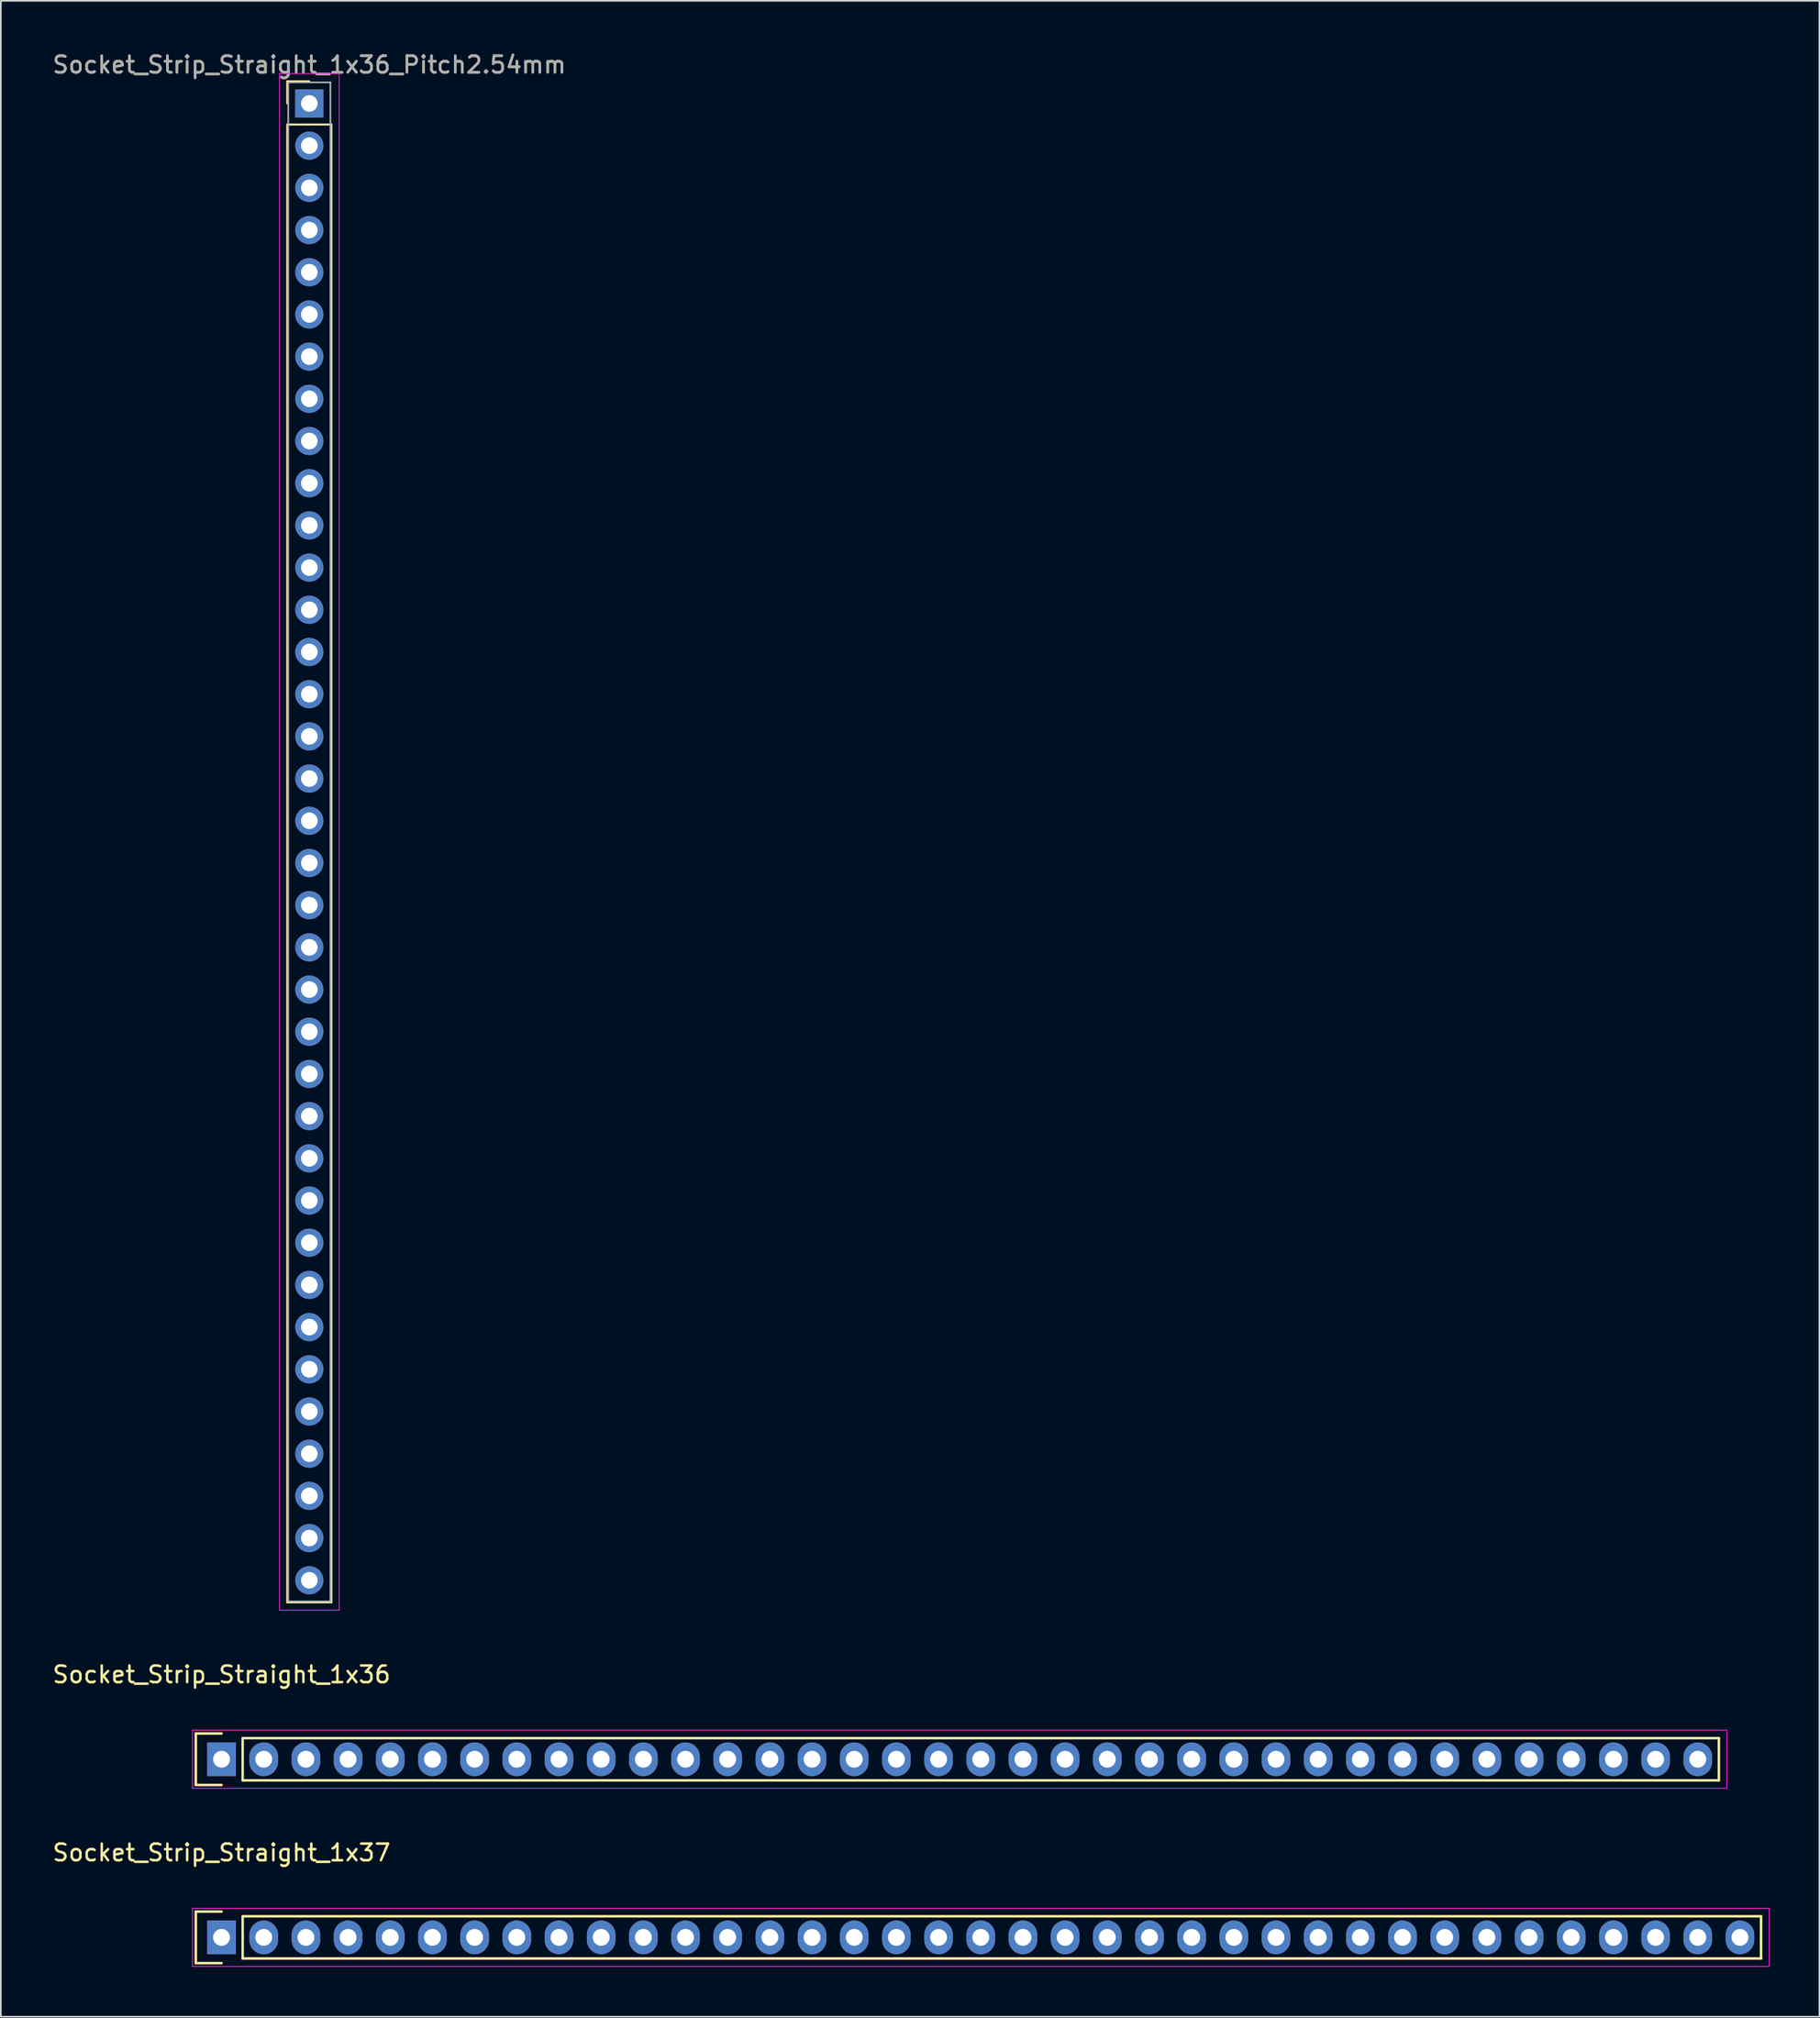
<source format=kicad_pcb>
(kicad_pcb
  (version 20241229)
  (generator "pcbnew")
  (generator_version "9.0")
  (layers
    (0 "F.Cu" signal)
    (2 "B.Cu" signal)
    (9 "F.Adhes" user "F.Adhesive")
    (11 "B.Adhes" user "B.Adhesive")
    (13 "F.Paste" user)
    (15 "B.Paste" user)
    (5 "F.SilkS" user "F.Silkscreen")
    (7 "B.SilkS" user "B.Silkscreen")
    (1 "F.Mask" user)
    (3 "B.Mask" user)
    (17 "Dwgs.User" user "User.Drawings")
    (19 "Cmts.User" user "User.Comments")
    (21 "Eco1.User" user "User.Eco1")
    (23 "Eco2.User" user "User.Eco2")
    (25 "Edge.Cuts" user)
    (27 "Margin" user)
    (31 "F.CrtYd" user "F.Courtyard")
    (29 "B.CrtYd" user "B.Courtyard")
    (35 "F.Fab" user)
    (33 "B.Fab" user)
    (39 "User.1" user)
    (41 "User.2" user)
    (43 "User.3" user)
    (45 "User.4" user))
  (footprint "Socket_Strip_Straight_1x36"
    (layer "F.Cu")
    (at 10.292 102.852)
    (property "Reference" "Socket_Strip_Straight_1x36" (at 0 -5.1 0) (layer "F.SilkS") (effects (font (size 1 1) (thickness 0.15))))
    (attr through_hole)
    (fp_line (start -1.55 -1.55) (end -1.55 1.55) (stroke (width 0.15) (type solid)) (layer "F.SilkS"))
    (fp_line (start -1.55 1.55) (end 0 1.55) (stroke (width 0.15) (type solid)) (layer "F.SilkS"))
    (fp_line (start 0 -1.55) (end -1.55 -1.55) (stroke (width 0.15) (type solid)) (layer "F.SilkS"))
    (fp_line (start 1.27 -1.27) (end 90.17 -1.27) (stroke (width 0.15) (type solid)) (layer "F.SilkS"))
    (fp_line (start 1.27 1.27) (end 1.27 -1.27) (stroke (width 0.15) (type solid)) (layer "F.SilkS"))
    (fp_line (start 90.17 -1.27) (end 90.17 1.27) (stroke (width 0.15) (type solid)) (layer "F.SilkS"))
    (fp_line (start 90.17 1.27) (end 1.27 1.27) (stroke (width 0.15) (type solid)) (layer "F.SilkS"))
    (fp_line (start -1.75 -1.75) (end -1.75 1.75) (stroke (width 0.05) (type solid)) (layer "F.CrtYd"))
    (fp_line (start -1.75 -1.75) (end 90.65 -1.75) (stroke (width 0.05) (type solid)) (layer "F.CrtYd"))
    (fp_line (start -1.75 1.75) (end 90.65 1.75) (stroke (width 0.05) (type solid)) (layer "F.CrtYd"))
    (fp_line (start 90.65 -1.75) (end 90.65 1.75) (stroke (width 0.05) (type solid)) (layer "F.CrtYd"))
    (pad "1" thru_hole rect (at 0 0) (size 1.727 2.032) (drill 1.016) (layers "*.Cu" "*.Mask"))
    (pad "2" thru_hole oval (at 2.54 0) (size 1.727 2.032) (drill 1.016) (layers "*.Cu" "*.Mask"))
    (pad "3" thru_hole oval (at 5.08 0) (size 1.727 2.032) (drill 1.016) (layers "*.Cu" "*.Mask"))
    (pad "4" thru_hole oval (at 7.62 0) (size 1.727 2.032) (drill 1.016) (layers "*.Cu" "*.Mask"))
    (pad "5" thru_hole oval (at 10.16 0) (size 1.727 2.032) (drill 1.016) (layers "*.Cu" "*.Mask"))
    (pad "6" thru_hole oval (at 12.7 0) (size 1.727 2.032) (drill 1.016) (layers "*.Cu" "*.Mask"))
    (pad "7" thru_hole oval (at 15.24 0) (size 1.727 2.032) (drill 1.016) (layers "*.Cu" "*.Mask"))
    (pad "8" thru_hole oval (at 17.78 0) (size 1.727 2.032) (drill 1.016) (layers "*.Cu" "*.Mask"))
    (pad "9" thru_hole oval (at 20.32 0) (size 1.727 2.032) (drill 1.016) (layers "*.Cu" "*.Mask"))
    (pad "10" thru_hole oval (at 22.86 0) (size 1.727 2.032) (drill 1.016) (layers "*.Cu" "*.Mask"))
    (pad "11" thru_hole oval (at 25.4 0) (size 1.727 2.032) (drill 1.016) (layers "*.Cu" "*.Mask"))
    (pad "12" thru_hole oval (at 27.94 0) (size 1.727 2.032) (drill 1.016) (layers "*.Cu" "*.Mask"))
    (pad "13" thru_hole oval (at 30.48 0) (size 1.727 2.032) (drill 1.016) (layers "*.Cu" "*.Mask"))
    (pad "14" thru_hole oval (at 33.02 0) (size 1.727 2.032) (drill 1.016) (layers "*.Cu" "*.Mask"))
    (pad "15" thru_hole oval (at 35.56 0) (size 1.727 2.032) (drill 1.016) (layers "*.Cu" "*.Mask"))
    (pad "16" thru_hole oval (at 38.1 0) (size 1.727 2.032) (drill 1.016) (layers "*.Cu" "*.Mask"))
    (pad "17" thru_hole oval (at 40.64 0) (size 1.727 2.032) (drill 1.016) (layers "*.Cu" "*.Mask"))
    (pad "18" thru_hole oval (at 43.18 0) (size 1.727 2.032) (drill 1.016) (layers "*.Cu" "*.Mask"))
    (pad "19" thru_hole oval (at 45.72 0) (size 1.727 2.032) (drill 1.016) (layers "*.Cu" "*.Mask"))
    (pad "20" thru_hole oval (at 48.26 0) (size 1.727 2.032) (drill 1.016) (layers "*.Cu" "*.Mask"))
    (pad "21" thru_hole oval (at 50.8 0) (size 1.727 2.032) (drill 1.016) (layers "*.Cu" "*.Mask"))
    (pad "22" thru_hole oval (at 53.34 0) (size 1.727 2.032) (drill 1.016) (layers "*.Cu" "*.Mask"))
    (pad "23" thru_hole oval (at 55.88 0) (size 1.727 2.032) (drill 1.016) (layers "*.Cu" "*.Mask"))
    (pad "24" thru_hole oval (at 58.42 0) (size 1.727 2.032) (drill 1.016) (layers "*.Cu" "*.Mask"))
    (pad "25" thru_hole oval (at 60.96 0) (size 1.727 2.032) (drill 1.016) (layers "*.Cu" "*.Mask"))
    (pad "26" thru_hole oval (at 63.5 0) (size 1.727 2.032) (drill 1.016) (layers "*.Cu" "*.Mask"))
    (pad "27" thru_hole oval (at 66.04 0) (size 1.727 2.032) (drill 1.016) (layers "*.Cu" "*.Mask"))
    (pad "28" thru_hole oval (at 68.58 0) (size 1.727 2.032) (drill 1.016) (layers "*.Cu" "*.Mask"))
    (pad "29" thru_hole oval (at 71.12 0) (size 1.727 2.032) (drill 1.016) (layers "*.Cu" "*.Mask"))
    (pad "30" thru_hole oval (at 73.66 0) (size 1.727 2.032) (drill 1.016) (layers "*.Cu" "*.Mask"))
    (pad "31" thru_hole oval (at 76.2 0) (size 1.727 2.032) (drill 1.016) (layers "*.Cu" "*.Mask"))
    (pad "32" thru_hole oval (at 78.74 0) (size 1.727 2.032) (drill 1.016) (layers "*.Cu" "*.Mask"))
    (pad "33" thru_hole oval (at 81.28 0) (size 1.727 2.032) (drill 1.016) (layers "*.Cu" "*.Mask"))
    (pad "34" thru_hole oval (at 83.82 0) (size 1.727 2.032) (drill 1.016) (layers "*.Cu" "*.Mask"))
    (pad "35" thru_hole oval (at 86.36 0) (size 1.727 2.032) (drill 1.016) (layers "*.Cu" "*.Mask"))
    (pad "36" thru_hole oval (at 88.9 0) (size 1.727 2.032) (drill 1.016) (layers "*.Cu" "*.Mask")))
  (footprint "Socket_Strip_Straight_1x36_Pitch2.54mm"
    (layer "F.Cu")
    (at 15.577 3.178)
    (property "Reference" "Socket_Strip_Straight_1x36_Pitch2.54mm" (at 0 -2.33 0) (layer "F.SilkS") (effects (font (size 1 1) (thickness 0.15))))
    (attr through_hole)
    (fp_line (start -1.33 -1.33) (end 0 -1.33) (stroke (width 0.12) (type solid)) (layer "F.SilkS"))
    (fp_line (start -1.33 0) (end -1.33 -1.33) (stroke (width 0.12) (type solid)) (layer "F.SilkS"))
    (fp_line (start -1.33 1.27) (end -1.33 90.23) (stroke (width 0.12) (type solid)) (layer "F.SilkS"))
    (fp_line (start -1.33 90.23) (end 1.33 90.23) (stroke (width 0.12) (type solid)) (layer "F.SilkS"))
    (fp_line (start 1.33 1.27) (end -1.33 1.27) (stroke (width 0.12) (type solid)) (layer "F.SilkS"))
    (fp_line (start 1.33 90.23) (end 1.33 1.27) (stroke (width 0.12) (type solid)) (layer "F.SilkS"))
    (fp_line (start -1.8 -1.8) (end -1.8 90.7) (stroke (width 0.05) (type solid)) (layer "F.CrtYd"))
    (fp_line (start -1.8 90.7) (end 1.8 90.7) (stroke (width 0.05) (type solid)) (layer "F.CrtYd"))
    (fp_line (start 1.8 -1.8) (end -1.8 -1.8) (stroke (width 0.05) (type solid)) (layer "F.CrtYd"))
    (fp_line (start 1.8 90.7) (end 1.8 -1.8) (stroke (width 0.05) (type solid)) (layer "F.CrtYd"))
    (fp_line (start -1.27 -1.27) (end -1.27 90.17) (stroke (width 0.1) (type solid)) (layer "F.Fab"))
    (fp_line (start -1.27 90.17) (end 1.27 90.17) (stroke (width 0.1) (type solid)) (layer "F.Fab"))
    (fp_line (start 1.27 -1.27) (end -1.27 -1.27) (stroke (width 0.1) (type solid)) (layer "F.Fab"))
    (fp_line (start 1.27 90.17) (end 1.27 -1.27) (stroke (width 0.1) (type solid)) (layer "F.Fab"))
    (fp_text user "${REFERENCE}" (at 0 -2.33 0) (layer "F.Fab") (effects (font (size 1 1) (thickness 0.15))))
    (pad "1" thru_hole rect (at 0 0) (size 1.7 1.7) (drill 1) (layers "*.Cu" "*.Mask"))
    (pad "2" thru_hole oval (at 0 2.54) (size 1.7 1.7) (drill 1) (layers "*.Cu" "*.Mask"))
    (pad "3" thru_hole oval (at 0 5.08) (size 1.7 1.7) (drill 1) (layers "*.Cu" "*.Mask"))
    (pad "4" thru_hole oval (at 0 7.62) (size 1.7 1.7) (drill 1) (layers "*.Cu" "*.Mask"))
    (pad "5" thru_hole oval (at 0 10.16) (size 1.7 1.7) (drill 1) (layers "*.Cu" "*.Mask"))
    (pad "6" thru_hole oval (at 0 12.7) (size 1.7 1.7) (drill 1) (layers "*.Cu" "*.Mask"))
    (pad "7" thru_hole oval (at 0 15.24) (size 1.7 1.7) (drill 1) (layers "*.Cu" "*.Mask"))
    (pad "8" thru_hole oval (at 0 17.78) (size 1.7 1.7) (drill 1) (layers "*.Cu" "*.Mask"))
    (pad "9" thru_hole oval (at 0 20.32) (size 1.7 1.7) (drill 1) (layers "*.Cu" "*.Mask"))
    (pad "10" thru_hole oval (at 0 22.86) (size 1.7 1.7) (drill 1) (layers "*.Cu" "*.Mask"))
    (pad "11" thru_hole oval (at 0 25.4) (size 1.7 1.7) (drill 1) (layers "*.Cu" "*.Mask"))
    (pad "12" thru_hole oval (at 0 27.94) (size 1.7 1.7) (drill 1) (layers "*.Cu" "*.Mask"))
    (pad "13" thru_hole oval (at 0 30.48) (size 1.7 1.7) (drill 1) (layers "*.Cu" "*.Mask"))
    (pad "14" thru_hole oval (at 0 33.02) (size 1.7 1.7) (drill 1) (layers "*.Cu" "*.Mask"))
    (pad "15" thru_hole oval (at 0 35.56) (size 1.7 1.7) (drill 1) (layers "*.Cu" "*.Mask"))
    (pad "16" thru_hole oval (at 0 38.1) (size 1.7 1.7) (drill 1) (layers "*.Cu" "*.Mask"))
    (pad "17" thru_hole oval (at 0 40.64) (size 1.7 1.7) (drill 1) (layers "*.Cu" "*.Mask"))
    (pad "18" thru_hole oval (at 0 43.18) (size 1.7 1.7) (drill 1) (layers "*.Cu" "*.Mask"))
    (pad "19" thru_hole oval (at 0 45.72) (size 1.7 1.7) (drill 1) (layers "*.Cu" "*.Mask"))
    (pad "20" thru_hole oval (at 0 48.26) (size 1.7 1.7) (drill 1) (layers "*.Cu" "*.Mask"))
    (pad "21" thru_hole oval (at 0 50.8) (size 1.7 1.7) (drill 1) (layers "*.Cu" "*.Mask"))
    (pad "22" thru_hole oval (at 0 53.34) (size 1.7 1.7) (drill 1) (layers "*.Cu" "*.Mask"))
    (pad "23" thru_hole oval (at 0 55.88) (size 1.7 1.7) (drill 1) (layers "*.Cu" "*.Mask"))
    (pad "24" thru_hole oval (at 0 58.42) (size 1.7 1.7) (drill 1) (layers "*.Cu" "*.Mask"))
    (pad "25" thru_hole oval (at 0 60.96) (size 1.7 1.7) (drill 1) (layers "*.Cu" "*.Mask"))
    (pad "26" thru_hole oval (at 0 63.5) (size 1.7 1.7) (drill 1) (layers "*.Cu" "*.Mask"))
    (pad "27" thru_hole oval (at 0 66.04) (size 1.7 1.7) (drill 1) (layers "*.Cu" "*.Mask"))
    (pad "28" thru_hole oval (at 0 68.58) (size 1.7 1.7) (drill 1) (layers "*.Cu" "*.Mask"))
    (pad "29" thru_hole oval (at 0 71.12) (size 1.7 1.7) (drill 1) (layers "*.Cu" "*.Mask"))
    (pad "30" thru_hole oval (at 0 73.66) (size 1.7 1.7) (drill 1) (layers "*.Cu" "*.Mask"))
    (pad "31" thru_hole oval (at 0 76.2) (size 1.7 1.7) (drill 1) (layers "*.Cu" "*.Mask"))
    (pad "32" thru_hole oval (at 0 78.74) (size 1.7 1.7) (drill 1) (layers "*.Cu" "*.Mask"))
    (pad "33" thru_hole oval (at 0 81.28) (size 1.7 1.7) (drill 1) (layers "*.Cu" "*.Mask"))
    (pad "34" thru_hole oval (at 0 83.82) (size 1.7 1.7) (drill 1) (layers "*.Cu" "*.Mask"))
    (pad "35" thru_hole oval (at 0 86.36) (size 1.7 1.7) (drill 1) (layers "*.Cu" "*.Mask"))
    (pad "36" thru_hole oval (at 0 88.9) (size 1.7 1.7) (drill 1) (layers "*.Cu" "*.Mask")))
  (footprint "Socket_Strip_Straight_1x37"
    (layer "F.Cu")
    (at 10.292 113.575)
    (property "Reference" "Socket_Strip_Straight_1x37" (at 0 -5.1 0) (layer "F.SilkS") (effects (font (size 1 1) (thickness 0.15))))
    (attr through_hole)
    (fp_line (start -1.55 -1.55) (end -1.55 1.55) (stroke (width 0.15) (type solid)) (layer "F.SilkS"))
    (fp_line (start -1.55 1.55) (end 0 1.55) (stroke (width 0.15) (type solid)) (layer "F.SilkS"))
    (fp_line (start 0 -1.55) (end -1.55 -1.55) (stroke (width 0.15) (type solid)) (layer "F.SilkS"))
    (fp_line (start 1.27 -1.27) (end 92.71 -1.27) (stroke (width 0.15) (type solid)) (layer "F.SilkS"))
    (fp_line (start 1.27 1.27) (end 1.27 -1.27) (stroke (width 0.15) (type solid)) (layer "F.SilkS"))
    (fp_line (start 92.71 -1.27) (end 92.71 1.27) (stroke (width 0.15) (type solid)) (layer "F.SilkS"))
    (fp_line (start 92.71 1.27) (end 1.27 1.27) (stroke (width 0.15) (type solid)) (layer "F.SilkS"))
    (fp_line (start -1.75 -1.75) (end -1.75 1.75) (stroke (width 0.05) (type solid)) (layer "F.CrtYd"))
    (fp_line (start -1.75 -1.75) (end 93.2 -1.75) (stroke (width 0.05) (type solid)) (layer "F.CrtYd"))
    (fp_line (start -1.75 1.75) (end 93.2 1.75) (stroke (width 0.05) (type solid)) (layer "F.CrtYd"))
    (fp_line (start 93.2 -1.75) (end 93.2 1.75) (stroke (width 0.05) (type solid)) (layer "F.CrtYd"))
    (pad "1" thru_hole rect (at 0 0) (size 1.727 2.032) (drill 1.016) (layers "*.Cu" "*.Mask"))
    (pad "2" thru_hole oval (at 2.54 0) (size 1.727 2.032) (drill 1.016) (layers "*.Cu" "*.Mask"))
    (pad "3" thru_hole oval (at 5.08 0) (size 1.727 2.032) (drill 1.016) (layers "*.Cu" "*.Mask"))
    (pad "4" thru_hole oval (at 7.62 0) (size 1.727 2.032) (drill 1.016) (layers "*.Cu" "*.Mask"))
    (pad "5" thru_hole oval (at 10.16 0) (size 1.727 2.032) (drill 1.016) (layers "*.Cu" "*.Mask"))
    (pad "6" thru_hole oval (at 12.7 0) (size 1.727 2.032) (drill 1.016) (layers "*.Cu" "*.Mask"))
    (pad "7" thru_hole oval (at 15.24 0) (size 1.727 2.032) (drill 1.016) (layers "*.Cu" "*.Mask"))
    (pad "8" thru_hole oval (at 17.78 0) (size 1.727 2.032) (drill 1.016) (layers "*.Cu" "*.Mask"))
    (pad "9" thru_hole oval (at 20.32 0) (size 1.727 2.032) (drill 1.016) (layers "*.Cu" "*.Mask"))
    (pad "10" thru_hole oval (at 22.86 0) (size 1.727 2.032) (drill 1.016) (layers "*.Cu" "*.Mask"))
    (pad "11" thru_hole oval (at 25.4 0) (size 1.727 2.032) (drill 1.016) (layers "*.Cu" "*.Mask"))
    (pad "12" thru_hole oval (at 27.94 0) (size 1.727 2.032) (drill 1.016) (layers "*.Cu" "*.Mask"))
    (pad "13" thru_hole oval (at 30.48 0) (size 1.727 2.032) (drill 1.016) (layers "*.Cu" "*.Mask"))
    (pad "14" thru_hole oval (at 33.02 0) (size 1.727 2.032) (drill 1.016) (layers "*.Cu" "*.Mask"))
    (pad "15" thru_hole oval (at 35.56 0) (size 1.727 2.032) (drill 1.016) (layers "*.Cu" "*.Mask"))
    (pad "16" thru_hole oval (at 38.1 0) (size 1.727 2.032) (drill 1.016) (layers "*.Cu" "*.Mask"))
    (pad "17" thru_hole oval (at 40.64 0) (size 1.727 2.032) (drill 1.016) (layers "*.Cu" "*.Mask"))
    (pad "18" thru_hole oval (at 43.18 0) (size 1.727 2.032) (drill 1.016) (layers "*.Cu" "*.Mask"))
    (pad "19" thru_hole oval (at 45.72 0) (size 1.727 2.032) (drill 1.016) (layers "*.Cu" "*.Mask"))
    (pad "20" thru_hole oval (at 48.26 0) (size 1.727 2.032) (drill 1.016) (layers "*.Cu" "*.Mask"))
    (pad "21" thru_hole oval (at 50.8 0) (size 1.727 2.032) (drill 1.016) (layers "*.Cu" "*.Mask"))
    (pad "22" thru_hole oval (at 53.34 0) (size 1.727 2.032) (drill 1.016) (layers "*.Cu" "*.Mask"))
    (pad "23" thru_hole oval (at 55.88 0) (size 1.727 2.032) (drill 1.016) (layers "*.Cu" "*.Mask"))
    (pad "24" thru_hole oval (at 58.42 0) (size 1.727 2.032) (drill 1.016) (layers "*.Cu" "*.Mask"))
    (pad "25" thru_hole oval (at 60.96 0) (size 1.727 2.032) (drill 1.016) (layers "*.Cu" "*.Mask"))
    (pad "26" thru_hole oval (at 63.5 0) (size 1.727 2.032) (drill 1.016) (layers "*.Cu" "*.Mask"))
    (pad "27" thru_hole oval (at 66.04 0) (size 1.727 2.032) (drill 1.016) (layers "*.Cu" "*.Mask"))
    (pad "28" thru_hole oval (at 68.58 0) (size 1.727 2.032) (drill 1.016) (layers "*.Cu" "*.Mask"))
    (pad "29" thru_hole oval (at 71.12 0) (size 1.727 2.032) (drill 1.016) (layers "*.Cu" "*.Mask"))
    (pad "30" thru_hole oval (at 73.66 0) (size 1.727 2.032) (drill 1.016) (layers "*.Cu" "*.Mask"))
    (pad "31" thru_hole oval (at 76.2 0) (size 1.727 2.032) (drill 1.016) (layers "*.Cu" "*.Mask"))
    (pad "32" thru_hole oval (at 78.74 0) (size 1.727 2.032) (drill 1.016) (layers "*.Cu" "*.Mask"))
    (pad "33" thru_hole oval (at 81.28 0) (size 1.727 2.032) (drill 1.016) (layers "*.Cu" "*.Mask"))
    (pad "34" thru_hole oval (at 83.82 0) (size 1.727 2.032) (drill 1.016) (layers "*.Cu" "*.Mask"))
    (pad "35" thru_hole oval (at 86.36 0) (size 1.727 2.032) (drill 1.016) (layers "*.Cu" "*.Mask"))
    (pad "36" thru_hole oval (at 88.9 0) (size 1.727 2.032) (drill 1.016) (layers "*.Cu" "*.Mask"))
    (pad "37" thru_hole oval (at 91.44 0) (size 1.727 2.032) (drill 1.016) (layers "*.Cu" "*.Mask")))
  (gr_rect
    (start -3 -3)
    (end 106.517 118.35)
    (stroke (width 0.1) (type default))
    (fill no)
    (layer "Edge.Cuts")))
</source>
